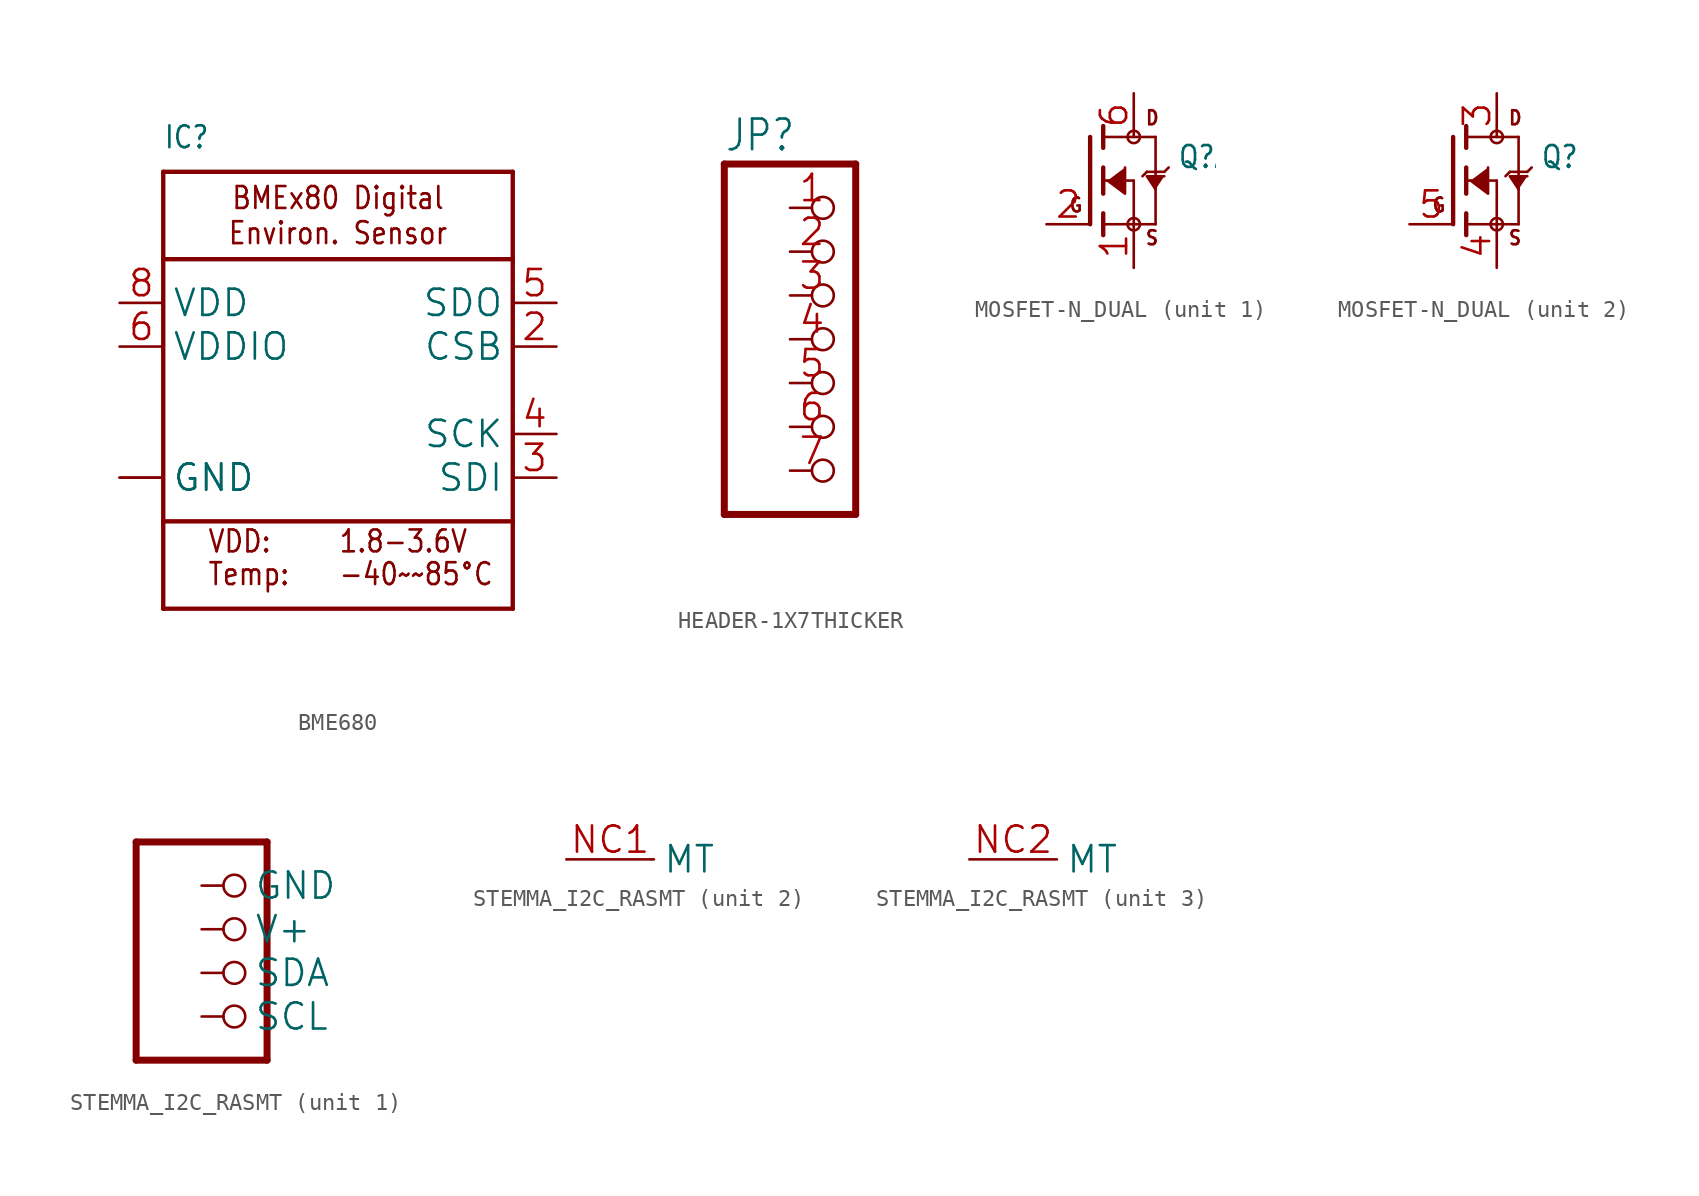
<source format=kicad_sym>
(kicad_symbol_lib
  (version 20241209)
  (generator "kicad_symbol_editor")
  (generator_version "9.0")
  (symbol "BME680"
    (property "Reference" "IC"
      (at -10.16 13.97 0)
      (effects (font (size 1.27 1.079)) (justify left bottom)))
    (property "Value" ""
      (at -10.16 -15.24 0)
      (effects (font (size 1.27 1.079)) (justify left bottom)))
    (property "ki_locked" ""
      (at 0 0 0)
      (effects (font (size 1.27 1.27))))
    (symbol "BME680_1_0"
      (polyline (pts (xy -10.16 12.7) (xy -10.16 7.62)) (stroke (width 0.254) (type solid)) (fill (type none)))
      (polyline (pts (xy -10.16 12.7) (xy 10.16 12.7)) (stroke (width 0.254) (type solid)) (fill (type none)))
      (polyline (pts (xy -10.16 7.62) (xy 10.16 7.62)) (stroke (width 0.254) (type solid)) (fill (type none)))
      (polyline (pts (xy -10.16 -7.62) (xy -10.16 7.62)) (stroke (width 0.254) (type solid)) (fill (type none)))
      (polyline (pts (xy -10.16 -7.62) (xy -10.16 -12.7)) (stroke (width 0.254) (type solid)) (fill (type none)))
      (polyline (pts (xy 10.16 12.7) (xy 10.16 7.62)) (stroke (width 0.254) (type solid)) (fill (type none)))
      (polyline (pts (xy 10.16 7.62) (xy 10.16 -7.62)) (stroke (width 0.254) (type solid)) (fill (type none)))
      (polyline (pts (xy 10.16 -7.62) (xy -10.16 -7.62)) (stroke (width 0.254) (type solid)) (fill (type none)))
      (polyline (pts (xy 10.16 -7.62) (xy 10.16 -12.7)) (stroke (width 0.254) (type solid)) (fill (type none)))
      (polyline (pts (xy 10.16 -12.7) (xy -10.16 -12.7)) (stroke (width 0.254) (type solid)) (fill (type none)))
      (text "VDD:" (at -7.62 -9.525 0) (effects (font (size 1.27 1.079)) (justify left bottom)))
      (text "Temp:" (at -7.62 -11.43 0) (effects (font (size 1.27 1.079)) (justify left bottom)))
      (text "BMEx80 Digital\nEnviron. Sensor" (at 0 10.16 0) (effects (font (size 1.27 1.079))))
      (text "1.8-3.6V" (at 0 -9.525 0) (effects (font (size 1.27 1.079)) (justify left bottom)))
      (text "-40~~85°C" (at 0 -11.43 0) (effects (font (size 1.27 1.079)) (justify left bottom)))
      (pin power_in line (at -12.7 5.08 0) (length 2.54) (name "VDD" (effects (font (size 1.524 1.524)))) (number "8" (effects (font (size 1.524 1.524)))))
      (pin power_in line (at -12.7 2.54 0) (length 2.54) (name "VDDIO" (effects (font (size 1.524 1.524)))) (number "6" (effects (font (size 1.524 1.524)))))
      (pin power_in line (at -12.7 -5.08 0) (length 2.54) (name "GND" (effects (font (size 1.524 1.524)))) (number "1" (effects (font (size 0 0)))))
      (pin power_in line (at -12.7 -5.08 0) (length 2.54) (name "GND" (effects (font (size 1.524 1.524)))) (number "7" (effects (font (size 0 0)))))
      (pin output line (at 12.7 5.08 180) (length 2.54) (name "SDO" (effects (font (size 1.524 1.524)))) (number "5" (effects (font (size 1.524 1.524)))))
      (pin input line (at 12.7 2.54 180) (length 2.54) (name "CSB" (effects (font (size 1.524 1.524)))) (number "2" (effects (font (size 1.524 1.524)))))
      (pin input line (at 12.7 -2.54 180) (length 2.54) (name "SCK" (effects (font (size 1.524 1.524)))) (number "4" (effects (font (size 1.524 1.524)))))
      (pin input line (at 12.7 -5.08 180) (length 2.54) (name "SDI" (effects (font (size 1.524 1.524)))) (number "3" (effects (font (size 1.524 1.524)))))))
  (symbol "HEADER-1X7THICKER"
    (property "Reference" "JP"
      (at -6.35 10.795 0)
      (effects (font (size 1.778 1.511)) (justify left bottom)))
    (property "Value" ""
      (at -6.35 -12.7 0)
      (effects (font (size 1.778 1.511)) (justify left bottom)))
    (property "ki_locked" ""
      (at 0 0 0)
      (effects (font (size 1.27 1.27))))
    (symbol "HEADER-1X7THICKER_1_0"
      (polyline (pts (xy -6.35 10.16) (xy -6.35 -10.16)) (stroke (width 0.406) (type solid)) (fill (type none)))
      (polyline (pts (xy -6.35 -10.16) (xy 1.27 -10.16)) (stroke (width 0.406) (type solid)) (fill (type none)))
      (polyline (pts (xy 1.27 10.16) (xy -6.35 10.16)) (stroke (width 0.406) (type solid)) (fill (type none)))
      (polyline (pts (xy 1.27 -10.16) (xy 1.27 10.16)) (stroke (width 0.406) (type solid)) (fill (type none)))
      (pin passive inverted (at -2.54 7.62 0) (length 2.54) (name "1" (effects (font (size 0 0)))) (number "1" (effects (font (size 1.524 1.524)))))
      (pin passive inverted (at -2.54 5.08 0) (length 2.54) (name "2" (effects (font (size 0 0)))) (number "2" (effects (font (size 1.524 1.524)))))
      (pin passive inverted (at -2.54 2.54 0) (length 2.54) (name "3" (effects (font (size 0 0)))) (number "3" (effects (font (size 1.524 1.524)))))
      (pin passive inverted (at -2.54 0 0) (length 2.54) (name "4" (effects (font (size 0 0)))) (number "4" (effects (font (size 1.524 1.524)))))
      (pin passive inverted (at -2.54 -2.54 0) (length 2.54) (name "5" (effects (font (size 0 0)))) (number "5" (effects (font (size 1.524 1.524)))))
      (pin passive inverted (at -2.54 -5.08 0) (length 2.54) (name "6" (effects (font (size 0 0)))) (number "6" (effects (font (size 1.524 1.524)))))
      (pin passive inverted (at -2.54 -7.62 0) (length 2.54) (name "7" (effects (font (size 0 0)))) (number "7" (effects (font (size 1.524 1.524)))))))
  (symbol "MOSFET-N_DUAL"
    (property "Reference" "Q"
      (at 5.08 0.635 0)
      (effects (font (size 1.27 1.079)) (justify left bottom)))
    (property "Value" ""
      (at 5.08 -1.27 0)
      (effects (font (size 1.27 1.079)) (justify left bottom)))
    (property "ki_locked" ""
      (at 0 0 0)
      (effects (font (size 1.27 1.27))))
    (symbol "MOSFET-N_DUAL_1_0"
      (polyline (pts (xy 0 2.54) (xy 0 -2.54)) (stroke (width 0.254) (type solid)) (fill (type none)))
      (polyline (pts (xy 0.762 3.175) (xy 0.762 2.54)) (stroke (width 0.254) (type solid)) (fill (type none)))
      (polyline (pts (xy 0.762 2.54) (xy 0.762 1.905)) (stroke (width 0.254) (type solid)) (fill (type none)))
      (polyline (pts (xy 0.762 2.54) (xy 3.81 2.54)) (stroke (width 0.152) (type solid)) (fill (type none)))
      (polyline (pts (xy 0.762 0.762) (xy 0.762 0)) (stroke (width 0.254) (type solid)) (fill (type none)))
      (polyline (pts (xy 0.762 0) (xy 0.762 -0.762)) (stroke (width 0.254) (type solid)) (fill (type none)))
      (polyline (pts (xy 0.762 0) (xy 2.54 0)) (stroke (width 0.152) (type solid)) (fill (type none)))
      (polyline (pts (xy 0.762 -1.905) (xy 0.762 -2.54)) (stroke (width 0.254) (type solid)) (fill (type none)))
      (polyline (pts (xy 0.762 -2.54) (xy 0.762 -3.175)) (stroke (width 0.254) (type solid)) (fill (type none)))
      (polyline (pts (xy 1.016 0) (xy 2.032 -0.762) (xy 2.032 0.762)) (stroke (width 0.152) (type solid)) (fill (type outline)))
      (circle (center 2.54 2.54) (radius 0.359) (stroke (width 0) (type solid)) (fill (type none)))
      (polyline (pts (xy 2.54 0) (xy 2.54 -2.54)) (stroke (width 0.152) (type solid)) (fill (type none)))
      (polyline (pts (xy 2.54 -2.54) (xy 0.762 -2.54)) (stroke (width 0.152) (type solid)) (fill (type none)))
      (polyline (pts (xy 2.54 -2.54) (xy 3.81 -2.54)) (stroke (width 0.152) (type solid)) (fill (type none)))
      (circle (center 2.54 -2.54) (radius 0.359) (stroke (width 0) (type solid)) (fill (type none)))
      (polyline (pts (xy 3.302 0.508) (xy 3.048 0.254)) (stroke (width 0.152) (type solid)) (fill (type none)))
      (polyline (pts (xy 3.81 2.54) (xy 3.81 0.508)) (stroke (width 0.152) (type solid)) (fill (type none)))
      (polyline (pts (xy 3.81 0.508) (xy 3.302 0.508)) (stroke (width 0.152) (type solid)) (fill (type none)))
      (polyline (pts (xy 3.81 0.508) (xy 3.81 -2.54)) (stroke (width 0.152) (type solid)) (fill (type none)))
      (polyline (pts (xy 3.81 -0.508) (xy 3.302 0.254) (xy 4.318 0.254)) (stroke (width 0.152) (type solid)) (fill (type outline)))
      (polyline (pts (xy 4.318 0.508) (xy 3.81 0.508)) (stroke (width 0.152) (type solid)) (fill (type none)))
      (polyline (pts (xy 4.572 0.762) (xy 4.318 0.508)) (stroke (width 0.152) (type solid)) (fill (type none)))
      (text "G" (at -1.27 -1.905 0) (effects (font (size 0.813 0.691)) (justify left bottom)))
      (text "D" (at 3.175 3.175 0) (effects (font (size 0.813 0.691)) (justify left bottom)))
      (text "S" (at 3.175 -3.81 0) (effects (font (size 0.813 0.691)) (justify left bottom)))
      (pin bidirectional line (at -2.54 -2.54 0) (length 2.54) (name "G" (effects (font (size 0 0)))) (number "2" (effects (font (size 1.524 1.524)))))
      (pin bidirectional line (at 2.54 5.08 270) (length 2.54) (name "D" (effects (font (size 0 0)))) (number "6" (effects (font (size 1.524 1.524)))))
      (pin bidirectional line (at 2.54 -5.08 90) (length 2.54) (name "S" (effects (font (size 0 0)))) (number "1" (effects (font (size 1.524 1.524))))))
    (symbol "MOSFET-N_DUAL_2_0"
      (polyline (pts (xy 0 2.54) (xy 0 -2.54)) (stroke (width 0.254) (type solid)) (fill (type none)))
      (polyline (pts (xy 0.762 3.175) (xy 0.762 2.54)) (stroke (width 0.254) (type solid)) (fill (type none)))
      (polyline (pts (xy 0.762 2.54) (xy 0.762 1.905)) (stroke (width 0.254) (type solid)) (fill (type none)))
      (polyline (pts (xy 0.762 2.54) (xy 3.81 2.54)) (stroke (width 0.152) (type solid)) (fill (type none)))
      (polyline (pts (xy 0.762 0.762) (xy 0.762 0)) (stroke (width 0.254) (type solid)) (fill (type none)))
      (polyline (pts (xy 0.762 0) (xy 0.762 -0.762)) (stroke (width 0.254) (type solid)) (fill (type none)))
      (polyline (pts (xy 0.762 0) (xy 2.54 0)) (stroke (width 0.152) (type solid)) (fill (type none)))
      (polyline (pts (xy 0.762 -1.905) (xy 0.762 -2.54)) (stroke (width 0.254) (type solid)) (fill (type none)))
      (polyline (pts (xy 0.762 -2.54) (xy 0.762 -3.175)) (stroke (width 0.254) (type solid)) (fill (type none)))
      (polyline (pts (xy 1.016 0) (xy 2.032 -0.762) (xy 2.032 0.762)) (stroke (width 0.152) (type solid)) (fill (type outline)))
      (circle (center 2.54 2.54) (radius 0.359) (stroke (width 0) (type solid)) (fill (type none)))
      (polyline (pts (xy 2.54 0) (xy 2.54 -2.54)) (stroke (width 0.152) (type solid)) (fill (type none)))
      (polyline (pts (xy 2.54 -2.54) (xy 0.762 -2.54)) (stroke (width 0.152) (type solid)) (fill (type none)))
      (polyline (pts (xy 2.54 -2.54) (xy 3.81 -2.54)) (stroke (width 0.152) (type solid)) (fill (type none)))
      (circle (center 2.54 -2.54) (radius 0.359) (stroke (width 0) (type solid)) (fill (type none)))
      (polyline (pts (xy 3.302 0.508) (xy 3.048 0.254)) (stroke (width 0.152) (type solid)) (fill (type none)))
      (polyline (pts (xy 3.81 2.54) (xy 3.81 0.508)) (stroke (width 0.152) (type solid)) (fill (type none)))
      (polyline (pts (xy 3.81 0.508) (xy 3.302 0.508)) (stroke (width 0.152) (type solid)) (fill (type none)))
      (polyline (pts (xy 3.81 0.508) (xy 3.81 -2.54)) (stroke (width 0.152) (type solid)) (fill (type none)))
      (polyline (pts (xy 3.81 -0.508) (xy 3.302 0.254) (xy 4.318 0.254)) (stroke (width 0.152) (type solid)) (fill (type outline)))
      (polyline (pts (xy 4.318 0.508) (xy 3.81 0.508)) (stroke (width 0.152) (type solid)) (fill (type none)))
      (polyline (pts (xy 4.572 0.762) (xy 4.318 0.508)) (stroke (width 0.152) (type solid)) (fill (type none)))
      (text "G" (at -1.27 -1.905 0) (effects (font (size 0.813 0.691)) (justify left bottom)))
      (text "D" (at 3.175 3.175 0) (effects (font (size 0.813 0.691)) (justify left bottom)))
      (text "S" (at 3.175 -3.81 0) (effects (font (size 0.813 0.691)) (justify left bottom)))
      (pin bidirectional line (at -2.54 -2.54 0) (length 2.54) (name "G" (effects (font (size 0 0)))) (number "5" (effects (font (size 1.524 1.524)))))
      (pin bidirectional line (at 2.54 5.08 270) (length 2.54) (name "D" (effects (font (size 0 0)))) (number "3" (effects (font (size 1.524 1.524)))))
      (pin bidirectional line (at 2.54 -5.08 90) (length 2.54) (name "S" (effects (font (size 0 0)))) (number "4" (effects (font (size 1.524 1.524)))))))
  (symbol "STEMMA_I2C_RASMT"
    (property "Reference" "CONN"
      (at -3.81 8.255 0)
      (effects (font (size 1.778 1.511)) (justify left bottom) (hide yes)))
    (property "ki_locked" ""
      (at 0 0 0)
      (effects (font (size 1.27 1.27))))
    (symbol "STEMMA_I2C_RASMT_1_0"
      (polyline (pts (xy -3.81 7.62) (xy -3.81 -5.08)) (stroke (width 0.406) (type solid)) (fill (type none)))
      (polyline (pts (xy -3.81 -5.08) (xy 3.81 -5.08)) (stroke (width 0.406) (type solid)) (fill (type none)))
      (polyline (pts (xy 3.81 7.62) (xy -3.81 7.62)) (stroke (width 0.406) (type solid)) (fill (type none)))
      (polyline (pts (xy 3.81 -5.08) (xy 3.81 7.62)) (stroke (width 0.406) (type solid)) (fill (type none)))
      (pin passive inverted (at 0 5.08 0) (length 2.54) (name "GND" (effects (font (size 1.524 1.524)))) (number "1" (effects (font (size 0 0)))))
      (pin passive inverted (at 0 2.54 0) (length 2.54) (name "V+" (effects (font (size 1.524 1.524)))) (number "2" (effects (font (size 0 0)))))
      (pin passive inverted (at 0 0 0) (length 2.54) (name "SDA" (effects (font (size 1.524 1.524)))) (number "3" (effects (font (size 0 0)))))
      (pin passive inverted (at 0 -2.54 0) (length 2.54) (name "SCL" (effects (font (size 1.524 1.524)))) (number "4" (effects (font (size 0 0))))))
    (symbol "STEMMA_I2C_RASMT_2_0"
      (pin bidirectional line (at 0 0 0) (length 5.08) (name "MT" (effects (font (size 1.524 1.524)))) (number "NC1" (effects (font (size 1.524 1.524))))))
    (symbol "STEMMA_I2C_RASMT_3_0"
      (pin bidirectional line (at 0 0 0) (length 5.08) (name "MT" (effects (font (size 1.524 1.524)))) (number "NC2" (effects (font (size 1.524 1.524))))))))
</source>
